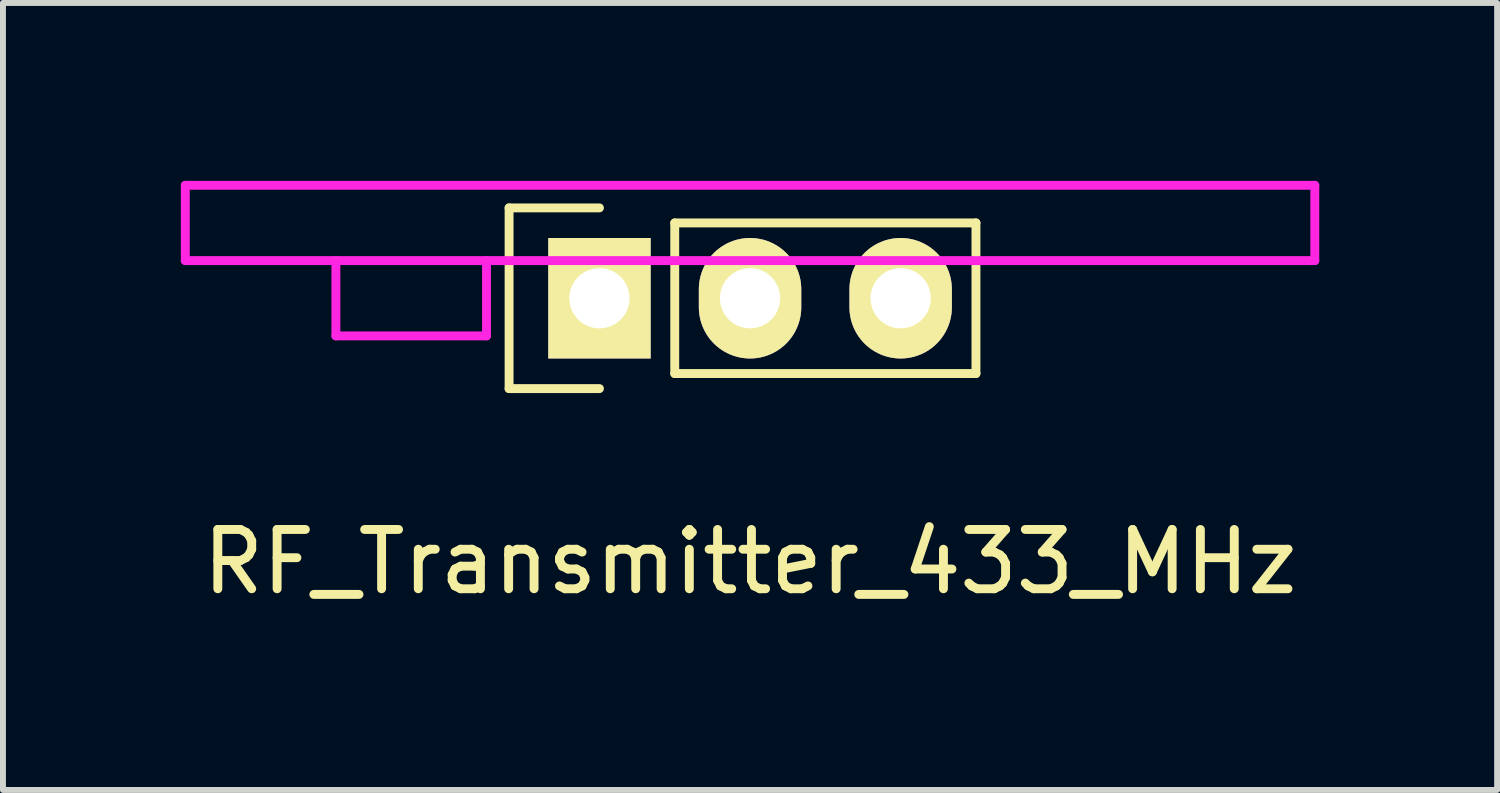
<source format=kicad_pcb>
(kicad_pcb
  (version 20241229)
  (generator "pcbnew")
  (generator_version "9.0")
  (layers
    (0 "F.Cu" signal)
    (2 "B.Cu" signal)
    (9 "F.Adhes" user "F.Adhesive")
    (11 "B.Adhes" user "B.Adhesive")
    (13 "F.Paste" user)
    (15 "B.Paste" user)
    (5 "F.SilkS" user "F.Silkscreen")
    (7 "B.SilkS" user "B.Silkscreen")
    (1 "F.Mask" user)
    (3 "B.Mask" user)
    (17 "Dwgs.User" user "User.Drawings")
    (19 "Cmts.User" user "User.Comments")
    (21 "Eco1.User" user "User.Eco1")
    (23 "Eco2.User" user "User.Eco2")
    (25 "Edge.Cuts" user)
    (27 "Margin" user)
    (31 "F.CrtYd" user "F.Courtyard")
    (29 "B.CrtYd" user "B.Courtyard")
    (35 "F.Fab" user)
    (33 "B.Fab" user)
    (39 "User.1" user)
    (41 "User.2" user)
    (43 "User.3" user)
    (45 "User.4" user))
  (footprint "RF_Transmitter_433_MHz"
    (layer "F.Cu")
    (at 9.6 1.98)
    (property "Reference" "RF_Transmitter_433_MHz" (at 0 4.445 0) (layer "F.SilkS") (effects (font (size 1 1) (thickness 0.15))))
    (attr through_hole)
    (fp_line (start -4.064 -1.524) (end -4.064 1.524) (stroke (width 0.15) (type solid)) (layer "F.SilkS"))
    (fp_line (start -4.064 1.524) (end -2.54 1.524) (stroke (width 0.15) (type solid)) (layer "F.SilkS"))
    (fp_line (start -2.54 -1.524) (end -4.064 -1.524) (stroke (width 0.15) (type solid)) (layer "F.SilkS"))
    (fp_line (start -1.27 -1.27) (end 3.81 -1.27) (stroke (width 0.15) (type solid)) (layer "F.SilkS"))
    (fp_line (start -1.27 1.27) (end -1.27 -1.27) (stroke (width 0.15) (type solid)) (layer "F.SilkS"))
    (fp_line (start 3.81 -1.27) (end 3.81 1.27) (stroke (width 0.15) (type solid)) (layer "F.SilkS"))
    (fp_line (start 3.81 1.27) (end -1.27 1.27) (stroke (width 0.15) (type solid)) (layer "F.SilkS"))
    (fp_line (start -9.525 -1.905) (end 9.525 -1.905) (stroke (width 0.15) (type solid)) (layer "F.CrtYd"))
    (fp_line (start -9.525 -0.635) (end -9.525 -1.905) (stroke (width 0.15) (type solid)) (layer "F.CrtYd"))
    (fp_line (start -6.985 -0.635) (end -6.985 0.635) (stroke (width 0.15) (type solid)) (layer "F.CrtYd"))
    (fp_line (start -6.985 0.635) (end -4.445 0.635) (stroke (width 0.15) (type solid)) (layer "F.CrtYd"))
    (fp_line (start -4.445 0.635) (end -4.445 -0.635) (stroke (width 0.15) (type solid)) (layer "F.CrtYd"))
    (fp_line (start 9.525 -1.905) (end 9.525 -0.635) (stroke (width 0.15) (type solid)) (layer "F.CrtYd"))
    (fp_line (start 9.525 -0.635) (end -9.525 -0.635) (stroke (width 0.15) (type solid)) (layer "F.CrtYd"))
    (pad "1" thru_hole rect (at -2.54 0 90) (size 2.032 1.727) (drill 1.016) (layers "*.Cu" "*.Mask" "F.SilkS"))
    (pad "2" thru_hole oval (at 0 0 90) (size 2.032 1.727) (drill 1.016) (layers "*.Cu" "*.Mask" "F.SilkS"))
    (pad "3" thru_hole oval (at 2.54 0 90) (size 2.032 1.727) (drill 1.016) (layers "*.Cu" "*.Mask" "F.SilkS")))
  (gr_rect
    (start -3 -3)
    (end 22.2 10.273)
    (stroke (width 0.1) (type default))
    (fill no)
    (layer "Edge.Cuts")))
</source>
